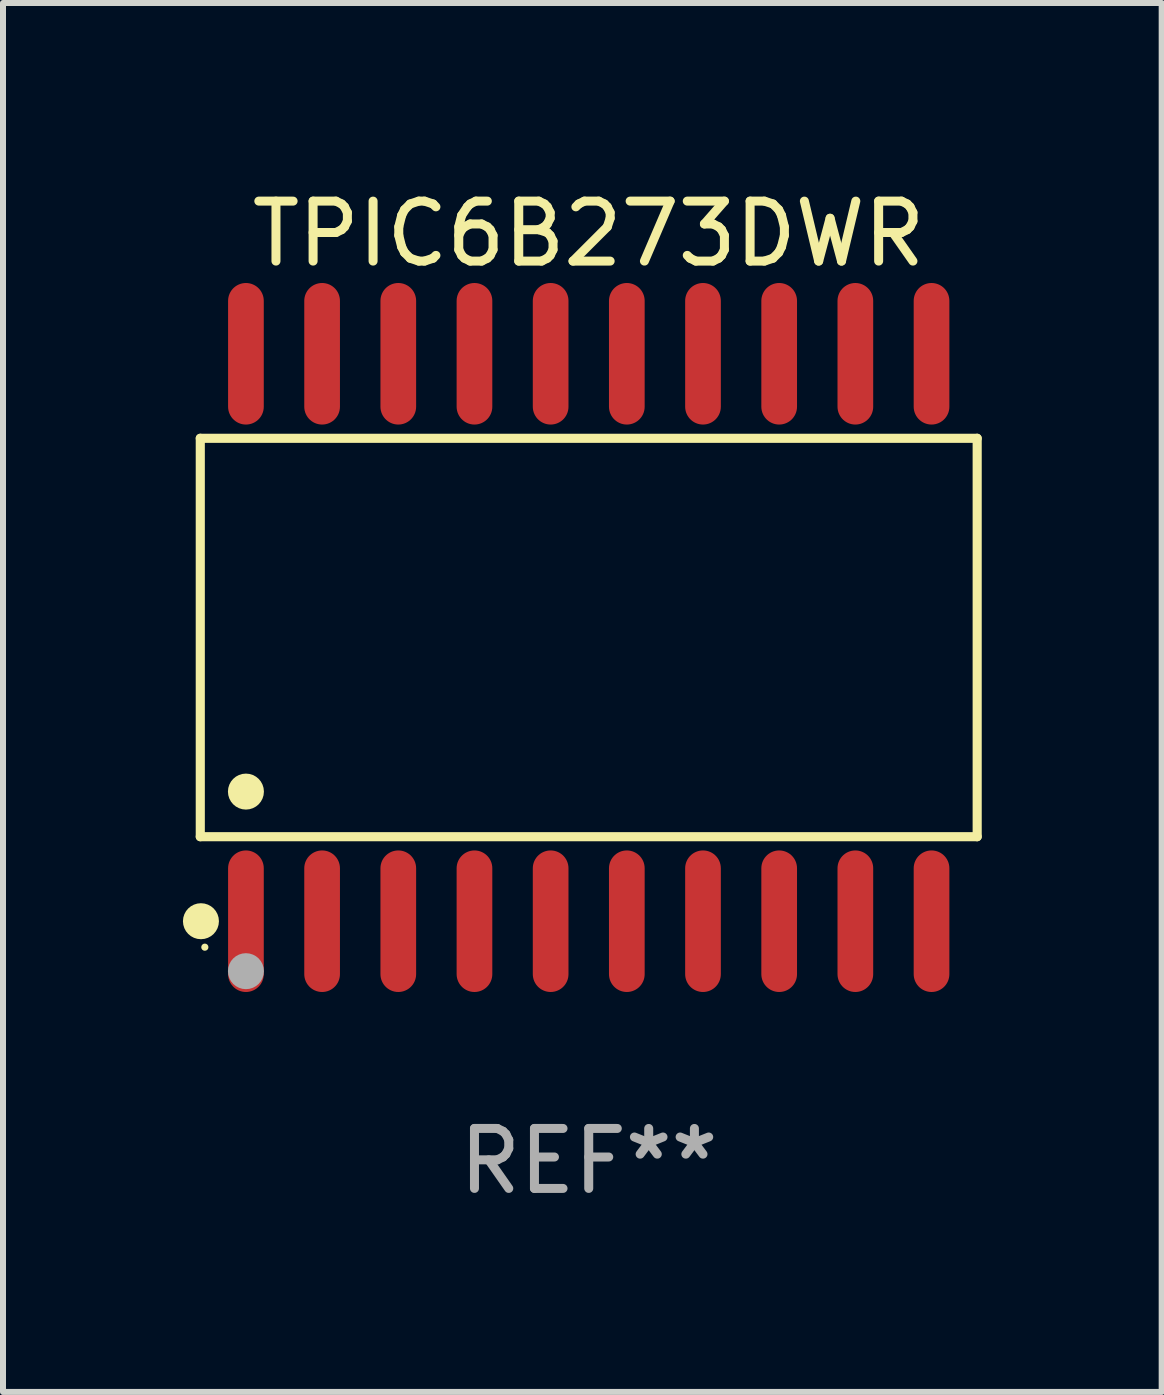
<source format=kicad_pcb>
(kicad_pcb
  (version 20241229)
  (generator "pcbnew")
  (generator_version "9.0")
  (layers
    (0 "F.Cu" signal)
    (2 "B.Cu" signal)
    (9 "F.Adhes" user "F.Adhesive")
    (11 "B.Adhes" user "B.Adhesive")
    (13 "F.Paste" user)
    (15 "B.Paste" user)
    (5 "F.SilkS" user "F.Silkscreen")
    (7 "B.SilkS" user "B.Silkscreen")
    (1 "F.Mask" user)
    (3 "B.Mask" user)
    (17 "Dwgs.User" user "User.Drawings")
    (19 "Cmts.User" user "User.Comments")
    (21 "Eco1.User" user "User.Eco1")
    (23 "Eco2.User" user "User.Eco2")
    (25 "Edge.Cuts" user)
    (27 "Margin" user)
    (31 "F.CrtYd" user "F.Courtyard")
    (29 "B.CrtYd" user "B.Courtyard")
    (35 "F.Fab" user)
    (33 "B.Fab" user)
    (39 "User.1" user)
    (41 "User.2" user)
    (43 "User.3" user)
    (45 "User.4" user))
  (footprint "TPIC6B273DWR"
    (layer "F.Cu")
    (at 6.765 7.578)
    (property "Reference" "TPIC6B273DWR" (at 0 -6.73 0) (layer "F.SilkS") (effects (font (size 1 1) (thickness 0.15))))
    (attr through_hole)
    (fp_line (start -6.476 -3.321) (end 6.476 -3.321) (stroke (width 0.152) (type solid)) (layer "F.SilkS"))
    (fp_line (start -6.476 3.321) (end -6.476 -3.321) (stroke (width 0.152) (type solid)) (layer "F.SilkS"))
    (fp_line (start 6.476 -3.321) (end 6.476 3.321) (stroke (width 0.152) (type solid)) (layer "F.SilkS"))
    (fp_line (start 6.476 3.321) (end -6.476 3.321) (stroke (width 0.152) (type solid)) (layer "F.SilkS"))
    (fp_circle (center -6.465 4.73) (end -6.315 4.73) (stroke (width 0.3) (type solid)) (fill no) (layer "F.SilkS"))
    (fp_circle (center -6.4 5.163) (end -6.37 5.163) (stroke (width 0.06) (type solid)) (fill no) (layer "F.SilkS"))
    (fp_circle (center -5.715 2.569) (end -5.565 2.569) (stroke (width 0.3) (type solid)) (fill no) (layer "F.SilkS"))
    (fp_circle (center -5.715 5.563) (end -5.565 5.563) (stroke (width 0.3) (type solid)) (fill no) (layer "F.Fab"))
    (fp_text user "REF**" (at 0 8.73 0) (layer "F.Fab") (effects (font (size 1 1) (thickness 0.15))))
    (pad "1" smd oval (at -5.715 4.73) (size 0.595 2.36) (layers "F.Cu" "F.Mask" "F.Paste"))
    (pad "2" smd oval (at -4.445 4.73) (size 0.595 2.36) (layers "F.Cu" "F.Mask" "F.Paste"))
    (pad "3" smd oval (at -3.175 4.73) (size 0.595 2.36) (layers "F.Cu" "F.Mask" "F.Paste"))
    (pad "4" smd oval (at -1.905 4.73) (size 0.595 2.36) (layers "F.Cu" "F.Mask" "F.Paste"))
    (pad "5" smd oval (at -0.635 4.73) (size 0.595 2.36) (layers "F.Cu" "F.Mask" "F.Paste"))
    (pad "6" smd oval (at 0.635 4.73) (size 0.595 2.36) (layers "F.Cu" "F.Mask" "F.Paste"))
    (pad "7" smd oval (at 1.905 4.73) (size 0.595 2.36) (layers "F.Cu" "F.Mask" "F.Paste"))
    (pad "8" smd oval (at 3.175 4.73) (size 0.595 2.36) (layers "F.Cu" "F.Mask" "F.Paste"))
    (pad "9" smd oval (at 4.445 4.73) (size 0.595 2.36) (layers "F.Cu" "F.Mask" "F.Paste"))
    (pad "10" smd oval (at 5.715 4.73) (size 0.595 2.36) (layers "F.Cu" "F.Mask" "F.Paste"))
    (pad "11" smd oval (at 5.715 -4.73) (size 0.595 2.36) (layers "F.Cu" "F.Mask" "F.Paste"))
    (pad "12" smd oval (at 4.445 -4.73) (size 0.595 2.36) (layers "F.Cu" "F.Mask" "F.Paste"))
    (pad "13" smd oval (at 3.175 -4.73) (size 0.595 2.36) (layers "F.Cu" "F.Mask" "F.Paste"))
    (pad "14" smd oval (at 1.905 -4.73) (size 0.595 2.36) (layers "F.Cu" "F.Mask" "F.Paste"))
    (pad "15" smd oval (at 0.635 -4.73) (size 0.595 2.36) (layers "F.Cu" "F.Mask" "F.Paste"))
    (pad "16" smd oval (at -0.635 -4.73) (size 0.595 2.36) (layers "F.Cu" "F.Mask" "F.Paste"))
    (pad "17" smd oval (at -1.905 -4.73) (size 0.595 2.36) (layers "F.Cu" "F.Mask" "F.Paste"))
    (pad "18" smd oval (at -3.175 -4.73) (size 0.595 2.36) (layers "F.Cu" "F.Mask" "F.Paste"))
    (pad "19" smd oval (at -4.445 -4.73) (size 0.595 2.36) (layers "F.Cu" "F.Mask" "F.Paste"))
    (pad "20" smd oval (at -5.715 -4.73) (size 0.595 2.36) (layers "F.Cu" "F.Mask" "F.Paste")))
  (gr_rect
    (start -3 -3)
    (end 16.317 20.156)
    (stroke (width 0.1) (type default))
    (fill no)
    (layer "Edge.Cuts")))
</source>
